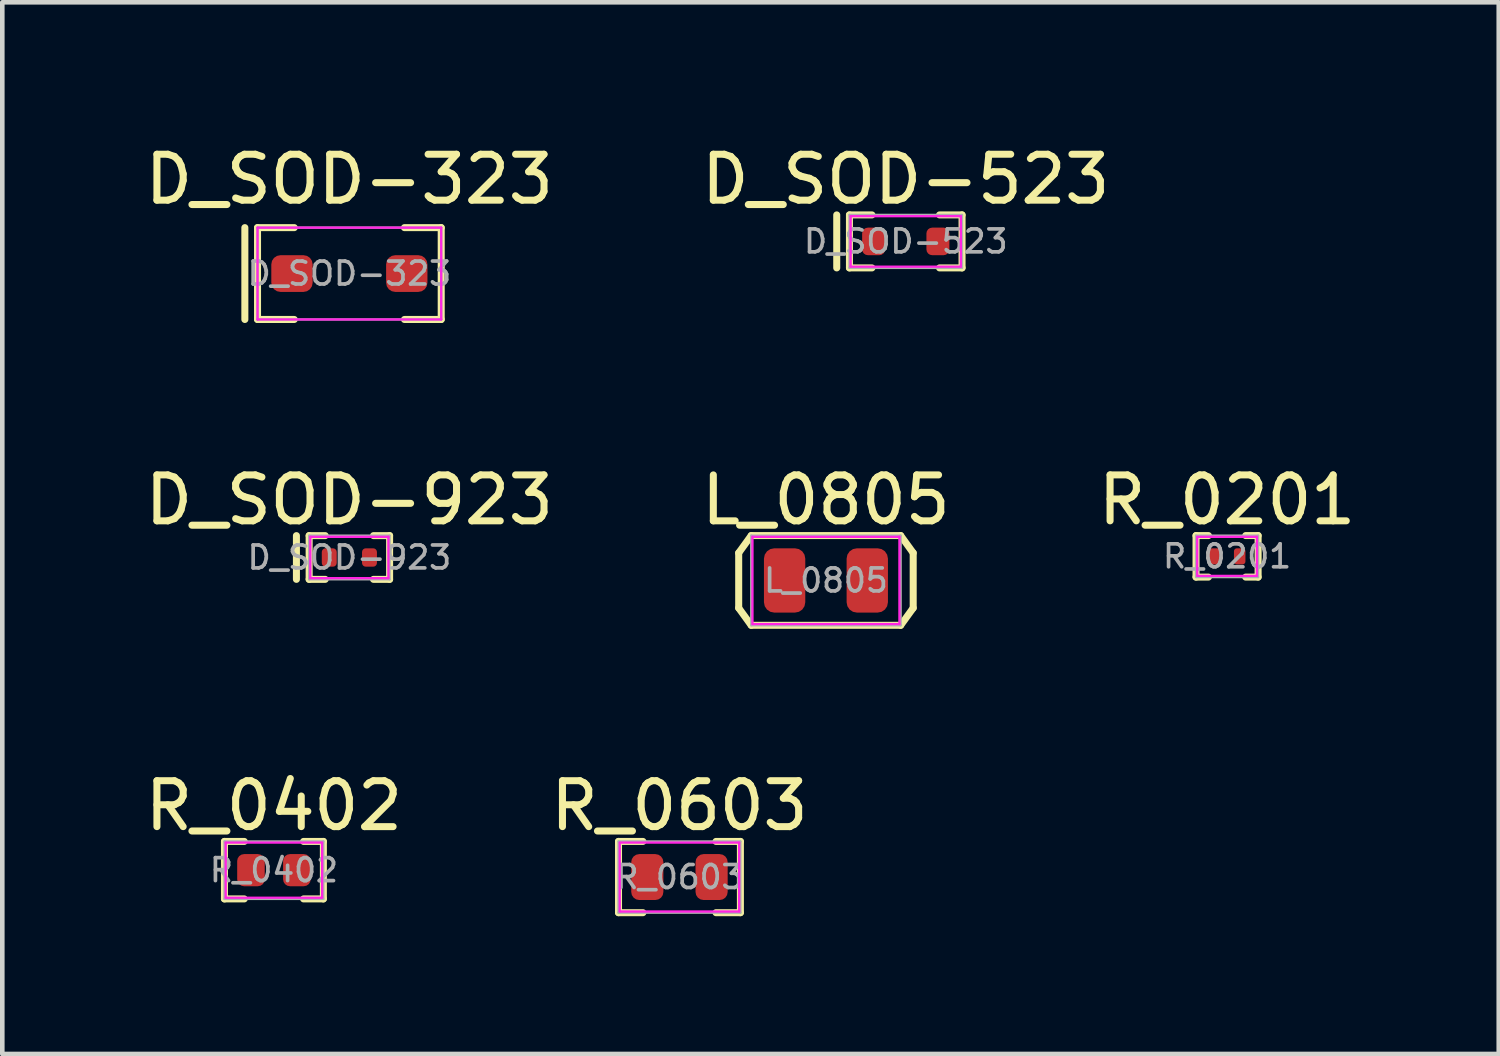
<source format=kicad_pcb>
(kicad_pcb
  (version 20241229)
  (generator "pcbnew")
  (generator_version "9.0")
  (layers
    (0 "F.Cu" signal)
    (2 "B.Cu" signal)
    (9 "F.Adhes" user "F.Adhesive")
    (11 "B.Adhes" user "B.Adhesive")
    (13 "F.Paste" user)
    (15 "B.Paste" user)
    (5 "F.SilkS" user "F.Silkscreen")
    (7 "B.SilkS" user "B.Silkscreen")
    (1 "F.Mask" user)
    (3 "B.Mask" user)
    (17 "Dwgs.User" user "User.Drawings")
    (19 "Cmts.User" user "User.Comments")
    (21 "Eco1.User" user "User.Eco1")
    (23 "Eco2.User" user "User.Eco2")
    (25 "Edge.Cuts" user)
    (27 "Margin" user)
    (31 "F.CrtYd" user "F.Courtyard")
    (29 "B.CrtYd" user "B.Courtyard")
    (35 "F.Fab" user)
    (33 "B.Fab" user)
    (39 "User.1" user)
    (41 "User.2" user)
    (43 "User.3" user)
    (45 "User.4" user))
  (footprint "D_SOD-523"
    (layer "F.Cu")
    (at 16.674 2.207)
    (property "Reference" "D_SOD-523" (at 0 -1.353 0) (layer "F.SilkS") (effects (font (size 1 1) (thickness 0.153))))
    (attr smd)
    (fp_line (start -1.503 -0.577) (end -1.503 0.577) (stroke (width 0.153) (type default)) (layer "F.SilkS"))
    (fp_line (start -1.226 -0.577) (end -1.226 0.577) (stroke (width 0.153) (type default)) (layer "F.SilkS"))
    (fp_line (start -1.226 -0.577) (end -0.736 -0.577) (stroke (width 0.153) (type default)) (layer "F.SilkS"))
    (fp_line (start -1.226 0.577) (end -0.736 0.577) (stroke (width 0.153) (type default)) (layer "F.SilkS"))
    (fp_line (start 1.226 -0.577) (end 0.736 -0.577) (stroke (width 0.153) (type default)) (layer "F.SilkS"))
    (fp_line (start 1.226 -0.577) (end 1.226 0.577) (stroke (width 0.153) (type default)) (layer "F.SilkS"))
    (fp_line (start 1.226 0.577) (end 0.736 0.577) (stroke (width 0.153) (type default)) (layer "F.SilkS"))
    (fp_line (start -1.2 -0.55) (end 1.2 -0.55) (stroke (width 0.05) (type default)) (layer "F.CrtYd"))
    (fp_line (start -1.2 0.55) (end -1.2 -0.55) (stroke (width 0.05) (type default)) (layer "F.CrtYd"))
    (fp_line (start 1.2 -0.55) (end 1.2 0.55) (stroke (width 0.05) (type default)) (layer "F.CrtYd"))
    (fp_line (start 1.2 0.55) (end -1.2 0.55) (stroke (width 0.05) (type default)) (layer "F.CrtYd"))
    (fp_line (start -1.226 -0.577) (end 1.226 -0.577) (stroke (width 0.05) (type default)) (layer "F.Fab"))
    (fp_line (start -1.226 0.577) (end -1.226 -0.577) (stroke (width 0.05) (type default)) (layer "F.Fab"))
    (fp_line (start 1.226 -0.577) (end 1.226 0.577) (stroke (width 0.05) (type default)) (layer "F.Fab"))
    (fp_line (start 1.226 0.577) (end -1.226 0.577) (stroke (width 0.05) (type default)) (layer "F.Fab"))
    (fp_text user "${REFERENCE}" (at 0 0 0) (layer "F.Fab") (effects (font (size 0.5 0.5) (thickness 0.08))))
    (pad "A" smd roundrect (at 0.7 0) (size 0.5 0.6) (layers "F.Cu" "F.Mask" "F.Paste") (roundrect_rratio 0.25))
    (pad "C" smd roundrect (at -0.7 0) (size 0.5 0.6) (layers "F.Cu" "F.Mask" "F.Paste") (roundrect_rratio 0.25)))
  (footprint "R_0402"
    (layer "F.Cu")
    (at 2.915 15.899)
    (property "Reference" "R_0402" (at 0 -1.403 0) (layer "F.SilkS") (effects (font (size 1 1) (thickness 0.153))))
    (attr smd)
    (fp_line (start -1.077 -0.626) (end -1.077 0.626) (stroke (width 0.153) (type default)) (layer "F.SilkS"))
    (fp_line (start -1.077 -0.626) (end -0.646 -0.626) (stroke (width 0.153) (type default)) (layer "F.SilkS"))
    (fp_line (start -1.077 0.626) (end -0.646 0.626) (stroke (width 0.153) (type default)) (layer "F.SilkS"))
    (fp_line (start 1.077 -0.626) (end 0.646 -0.626) (stroke (width 0.153) (type default)) (layer "F.SilkS"))
    (fp_line (start 1.077 -0.626) (end 1.077 0.626) (stroke (width 0.153) (type default)) (layer "F.SilkS"))
    (fp_line (start 1.077 0.626) (end 0.646 0.626) (stroke (width 0.153) (type default)) (layer "F.SilkS"))
    (fp_line (start -1.05 -0.6) (end 1.05 -0.6) (stroke (width 0.05) (type default)) (layer "F.CrtYd"))
    (fp_line (start -1.05 0.6) (end -1.05 -0.6) (stroke (width 0.05) (type default)) (layer "F.CrtYd"))
    (fp_line (start 1.05 -0.6) (end 1.05 0.6) (stroke (width 0.05) (type default)) (layer "F.CrtYd"))
    (fp_line (start 1.05 0.6) (end -1.05 0.6) (stroke (width 0.05) (type default)) (layer "F.CrtYd"))
    (fp_line (start -1.077 -0.626) (end 1.077 -0.626) (stroke (width 0.05) (type default)) (layer "F.Fab"))
    (fp_line (start -1.077 0.626) (end -1.077 -0.626) (stroke (width 0.05) (type default)) (layer "F.Fab"))
    (fp_line (start 1.077 -0.626) (end 1.077 0.626) (stroke (width 0.05) (type default)) (layer "F.Fab"))
    (fp_line (start 1.077 0.626) (end -1.077 0.626) (stroke (width 0.05) (type default)) (layer "F.Fab"))
    (fp_text user "${REFERENCE}" (at 0 0 0) (layer "F.Fab") (effects (font (size 0.5 0.5) (thickness 0.08))))
    (pad "1" smd roundrect (at -0.5 0) (size 0.6 0.7) (layers "F.Cu" "F.Mask" "F.Paste") (roundrect_rratio 0.25))
    (pad "2" smd roundrect (at 0.5 0) (size 0.6 0.7) (layers "F.Cu" "F.Mask" "F.Paste") (roundrect_rratio 0.25)))
  (footprint "D_SOD-923"
    (layer "F.Cu")
    (at 4.558 9.09)
    (property "Reference" "D_SOD-923" (at 0 -1.253 0) (layer "F.SilkS") (effects (font (size 1 1) (thickness 0.153))))
    (attr smd)
    (fp_line (start -1.153 -0.476) (end -1.153 0.476) (stroke (width 0.153) (type default)) (layer "F.SilkS"))
    (fp_line (start -0.876 -0.476) (end -0.876 0.476) (stroke (width 0.153) (type default)) (layer "F.SilkS"))
    (fp_line (start -0.876 -0.476) (end -0.526 -0.476) (stroke (width 0.153) (type default)) (layer "F.SilkS"))
    (fp_line (start -0.876 0.476) (end -0.526 0.476) (stroke (width 0.153) (type default)) (layer "F.SilkS"))
    (fp_line (start 0.876 -0.476) (end 0.526 -0.476) (stroke (width 0.153) (type default)) (layer "F.SilkS"))
    (fp_line (start 0.876 -0.476) (end 0.876 0.476) (stroke (width 0.153) (type default)) (layer "F.SilkS"))
    (fp_line (start 0.876 0.476) (end 0.526 0.476) (stroke (width 0.153) (type default)) (layer "F.SilkS"))
    (fp_line (start -0.85 -0.45) (end 0.85 -0.45) (stroke (width 0.05) (type default)) (layer "F.CrtYd"))
    (fp_line (start -0.85 0.45) (end -0.85 -0.45) (stroke (width 0.05) (type default)) (layer "F.CrtYd"))
    (fp_line (start 0.85 -0.45) (end 0.85 0.45) (stroke (width 0.05) (type default)) (layer "F.CrtYd"))
    (fp_line (start 0.85 0.45) (end -0.85 0.45) (stroke (width 0.05) (type default)) (layer "F.CrtYd"))
    (fp_line (start -0.876 -0.476) (end 0.876 -0.476) (stroke (width 0.05) (type default)) (layer "F.Fab"))
    (fp_line (start -0.876 0.476) (end -0.876 -0.476) (stroke (width 0.05) (type default)) (layer "F.Fab"))
    (fp_line (start 0.876 -0.476) (end 0.876 0.476) (stroke (width 0.05) (type default)) (layer "F.Fab"))
    (fp_line (start 0.876 0.476) (end -0.876 0.476) (stroke (width 0.05) (type default)) (layer "F.Fab"))
    (fp_text user "${REFERENCE}" (at 0 0 0) (layer "F.Fab") (effects (font (size 0.5 0.5) (thickness 0.08))))
    (pad "A" smd roundrect (at 0.438 0) (size 0.325 0.4) (layers "F.Cu" "F.Mask" "F.Paste") (roundrect_rratio 0.25))
    (pad "C" smd roundrect (at -0.438 0) (size 0.325 0.4) (layers "F.Cu" "F.Mask" "F.Paste") (roundrect_rratio 0.25)))
  (footprint "D_SOD-323"
    (layer "F.Cu")
    (at 4.558 2.907)
    (property "Reference" "D_SOD-323" (at 0 -2.053 0) (layer "F.SilkS") (effects (font (size 1 1) (thickness 0.153))))
    (attr smd)
    (fp_line (start -2.276 -1) (end -2.276 1) (stroke (width 0.153) (type default)) (layer "F.SilkS"))
    (fp_line (start -2 -1) (end -2 1) (stroke (width 0.153) (type default)) (layer "F.SilkS"))
    (fp_line (start -2 -1) (end -1.2 -1) (stroke (width 0.153) (type default)) (layer "F.SilkS"))
    (fp_line (start -2 1) (end -1.2 1) (stroke (width 0.153) (type default)) (layer "F.SilkS"))
    (fp_line (start 2 -1) (end 1.2 -1) (stroke (width 0.153) (type default)) (layer "F.SilkS"))
    (fp_line (start 2 -1) (end 2 1) (stroke (width 0.153) (type default)) (layer "F.SilkS"))
    (fp_line (start 2 1) (end 1.2 1) (stroke (width 0.153) (type default)) (layer "F.SilkS"))
    (fp_line (start -2 -1) (end 2 -1) (stroke (width 0.05) (type default)) (layer "F.CrtYd"))
    (fp_line (start -2 1) (end -2 -1) (stroke (width 0.05) (type default)) (layer "F.CrtYd"))
    (fp_line (start 2 -1) (end 2 1) (stroke (width 0.05) (type default)) (layer "F.CrtYd"))
    (fp_line (start 2 1) (end -2 1) (stroke (width 0.05) (type default)) (layer "F.CrtYd"))
    (fp_line (start -2 -1) (end 2 -1) (stroke (width 0.05) (type default)) (layer "F.Fab"))
    (fp_line (start -2 1) (end -2 -1) (stroke (width 0.05) (type default)) (layer "F.Fab"))
    (fp_line (start 2 -1) (end 2 1) (stroke (width 0.05) (type default)) (layer "F.Fab"))
    (fp_line (start 2 1) (end -2 1) (stroke (width 0.05) (type default)) (layer "F.Fab"))
    (fp_text user "${REFERENCE}" (at 0 0 0) (layer "F.Fab") (effects (font (size 0.5 0.5) (thickness 0.08))))
    (pad "A" smd roundrect (at 1.25 0) (size 0.9 0.8) (layers "F.Cu" "F.Mask" "F.Paste") (roundrect_rratio 0.25))
    (pad "C" smd roundrect (at -1.25 0) (size 0.9 0.8) (layers "F.Cu" "F.Mask" "F.Paste") (roundrect_rratio 0.25)))
  (footprint "L_0805"
    (layer "F.Cu")
    (at 14.936 9.59)
    (property "Reference" "L_0805" (at 0 -1.753 0) (layer "F.SilkS") (effects (font (size 1 1) (thickness 0.153))))
    (attr smd)
    (fp_line (start -1.9 -0.6) (end -1.9 0.6) (stroke (width 0.153) (type default)) (layer "F.SilkS"))
    (fp_line (start -1.627 -0.977) (end -1.9 -0.6) (stroke (width 0.153) (type default)) (layer "F.SilkS"))
    (fp_line (start -1.627 -0.977) (end 1.627 -0.977) (stroke (width 0.153) (type default)) (layer "F.SilkS"))
    (fp_line (start -1.627 0.977) (end -1.9 0.6) (stroke (width 0.153) (type default)) (layer "F.SilkS"))
    (fp_line (start 1.627 -0.977) (end 1.9 -0.6) (stroke (width 0.153) (type default)) (layer "F.SilkS"))
    (fp_line (start 1.627 0.977) (end -1.627 0.977) (stroke (width 0.153) (type default)) (layer "F.SilkS"))
    (fp_line (start 1.627 0.977) (end 1.9 0.6) (stroke (width 0.153) (type default)) (layer "F.SilkS"))
    (fp_line (start 1.9 -0.6) (end 1.9 0.6) (stroke (width 0.153) (type default)) (layer "F.SilkS"))
    (fp_line (start -1.6 -0.95) (end 1.6 -0.95) (stroke (width 0.05) (type default)) (layer "F.CrtYd"))
    (fp_line (start -1.6 0.95) (end -1.6 -0.95) (stroke (width 0.05) (type default)) (layer "F.CrtYd"))
    (fp_line (start 1.6 -0.95) (end 1.6 0.95) (stroke (width 0.05) (type default)) (layer "F.CrtYd"))
    (fp_line (start 1.6 0.95) (end -1.6 0.95) (stroke (width 0.05) (type default)) (layer "F.CrtYd"))
    (fp_line (start -1.627 -0.977) (end 1.627 -0.977) (stroke (width 0.05) (type default)) (layer "F.Fab"))
    (fp_line (start -1.627 0.977) (end -1.627 -0.977) (stroke (width 0.05) (type default)) (layer "F.Fab"))
    (fp_line (start 1.627 -0.977) (end 1.627 0.977) (stroke (width 0.05) (type default)) (layer "F.Fab"))
    (fp_line (start 1.627 0.977) (end -1.627 0.977) (stroke (width 0.05) (type default)) (layer "F.Fab"))
    (fp_text user "${REFERENCE}" (at 0 0 0) (layer "F.Fab") (effects (font (size 0.5 0.5) (thickness 0.08))))
    (pad "1" smd roundrect (at -0.9 0) (size 0.9 1.4) (layers "F.Cu" "F.Mask" "F.Paste") (roundrect_rratio 0.25))
    (pad "2" smd roundrect (at 0.9 0) (size 0.9 1.4) (layers "F.Cu" "F.Mask" "F.Paste") (roundrect_rratio 0.25)))
  (footprint "R_0201"
    (layer "F.Cu")
    (at 23.671 9.065)
    (property "Reference" "R_0201" (at 0 -1.228 0) (layer "F.SilkS") (effects (font (size 1 1) (thickness 0.153))))
    (attr smd)
    (fp_line (start -0.676 -0.452) (end -0.676 0.452) (stroke (width 0.153) (type default)) (layer "F.SilkS"))
    (fp_line (start -0.676 -0.452) (end -0.406 -0.452) (stroke (width 0.153) (type default)) (layer "F.SilkS"))
    (fp_line (start -0.676 0.452) (end -0.406 0.452) (stroke (width 0.153) (type default)) (layer "F.SilkS"))
    (fp_line (start 0.676 -0.452) (end 0.406 -0.452) (stroke (width 0.153) (type default)) (layer "F.SilkS"))
    (fp_line (start 0.676 -0.452) (end 0.676 0.452) (stroke (width 0.153) (type default)) (layer "F.SilkS"))
    (fp_line (start 0.676 0.452) (end 0.406 0.452) (stroke (width 0.153) (type default)) (layer "F.SilkS"))
    (fp_line (start -0.65 -0.425) (end 0.65 -0.425) (stroke (width 0.05) (type default)) (layer "F.CrtYd"))
    (fp_line (start -0.65 0.425) (end -0.65 -0.425) (stroke (width 0.05) (type default)) (layer "F.CrtYd"))
    (fp_line (start 0.65 -0.425) (end 0.65 0.425) (stroke (width 0.05) (type default)) (layer "F.CrtYd"))
    (fp_line (start 0.65 0.425) (end -0.65 0.425) (stroke (width 0.05) (type default)) (layer "F.CrtYd"))
    (fp_line (start -0.676 -0.452) (end 0.676 -0.452) (stroke (width 0.05) (type default)) (layer "F.Fab"))
    (fp_line (start -0.676 0.452) (end -0.676 -0.452) (stroke (width 0.05) (type default)) (layer "F.Fab"))
    (fp_line (start 0.676 -0.452) (end 0.676 0.452) (stroke (width 0.05) (type default)) (layer "F.Fab"))
    (fp_line (start 0.676 0.452) (end -0.676 0.452) (stroke (width 0.05) (type default)) (layer "F.Fab"))
    (fp_text user "${REFERENCE}" (at 0 0 0) (layer "F.Fab") (effects (font (size 0.5 0.5) (thickness 0.08))))
    (pad "1" smd roundrect (at -0.275 0) (size 0.25 0.35) (layers "F.Cu" "F.Mask" "F.Paste") (roundrect_rratio 0.25))
    (pad "2" smd roundrect (at 0.275 0) (size 0.25 0.35) (layers "F.Cu" "F.Mask" "F.Paste") (roundrect_rratio 0.25)))
  (footprint "R_0603"
    (layer "F.Cu")
    (at 11.746 16.049)
    (property "Reference" "R_0603" (at 0 -1.553 0) (layer "F.SilkS") (effects (font (size 1 1) (thickness 0.153))))
    (attr smd)
    (fp_line (start -1.327 -0.776) (end -1.327 0.776) (stroke (width 0.153) (type default)) (layer "F.SilkS"))
    (fp_line (start -1.327 -0.776) (end -0.796 -0.776) (stroke (width 0.153) (type default)) (layer "F.SilkS"))
    (fp_line (start -1.327 0.776) (end -0.796 0.776) (stroke (width 0.153) (type default)) (layer "F.SilkS"))
    (fp_line (start 1.327 -0.776) (end 0.796 -0.776) (stroke (width 0.153) (type default)) (layer "F.SilkS"))
    (fp_line (start 1.327 -0.776) (end 1.327 0.776) (stroke (width 0.153) (type default)) (layer "F.SilkS"))
    (fp_line (start 1.327 0.776) (end 0.796 0.776) (stroke (width 0.153) (type default)) (layer "F.SilkS"))
    (fp_line (start -1.3 -0.75) (end 1.3 -0.75) (stroke (width 0.05) (type default)) (layer "F.CrtYd"))
    (fp_line (start -1.3 0.75) (end -1.3 -0.75) (stroke (width 0.05) (type default)) (layer "F.CrtYd"))
    (fp_line (start 1.3 -0.75) (end 1.3 0.75) (stroke (width 0.05) (type default)) (layer "F.CrtYd"))
    (fp_line (start 1.3 0.75) (end -1.3 0.75) (stroke (width 0.05) (type default)) (layer "F.CrtYd"))
    (fp_line (start -1.327 -0.776) (end 1.327 -0.776) (stroke (width 0.05) (type default)) (layer "F.Fab"))
    (fp_line (start -1.327 0.776) (end -1.327 -0.776) (stroke (width 0.05) (type default)) (layer "F.Fab"))
    (fp_line (start 1.327 -0.776) (end 1.327 0.776) (stroke (width 0.05) (type default)) (layer "F.Fab"))
    (fp_line (start 1.327 0.776) (end -1.327 0.776) (stroke (width 0.05) (type default)) (layer "F.Fab"))
    (fp_text user "${REFERENCE}" (at 0 0 0) (layer "F.Fab") (effects (font (size 0.5 0.5) (thickness 0.08))))
    (pad "1" smd roundrect (at -0.7 0) (size 0.7 1) (layers "F.Cu" "F.Mask" "F.Paste") (roundrect_rratio 0.25))
    (pad "2" smd roundrect (at 0.7 0) (size 0.7 1) (layers "F.Cu" "F.Mask" "F.Paste") (roundrect_rratio 0.25)))
  (gr_rect
    (start -3 -3)
    (end 29.587 19.902)
    (stroke (width 0.1) (type default))
    (fill no)
    (layer "Edge.Cuts")))
</source>
